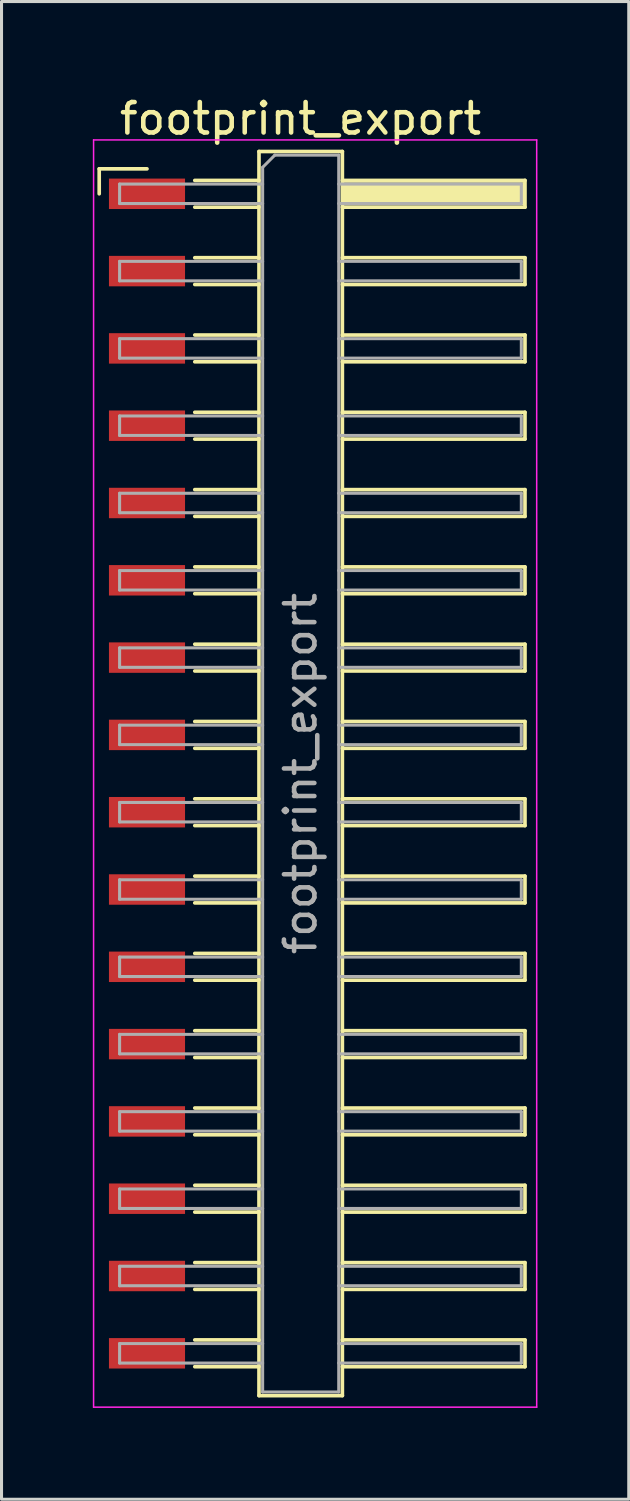
<source format=kicad_pcb>
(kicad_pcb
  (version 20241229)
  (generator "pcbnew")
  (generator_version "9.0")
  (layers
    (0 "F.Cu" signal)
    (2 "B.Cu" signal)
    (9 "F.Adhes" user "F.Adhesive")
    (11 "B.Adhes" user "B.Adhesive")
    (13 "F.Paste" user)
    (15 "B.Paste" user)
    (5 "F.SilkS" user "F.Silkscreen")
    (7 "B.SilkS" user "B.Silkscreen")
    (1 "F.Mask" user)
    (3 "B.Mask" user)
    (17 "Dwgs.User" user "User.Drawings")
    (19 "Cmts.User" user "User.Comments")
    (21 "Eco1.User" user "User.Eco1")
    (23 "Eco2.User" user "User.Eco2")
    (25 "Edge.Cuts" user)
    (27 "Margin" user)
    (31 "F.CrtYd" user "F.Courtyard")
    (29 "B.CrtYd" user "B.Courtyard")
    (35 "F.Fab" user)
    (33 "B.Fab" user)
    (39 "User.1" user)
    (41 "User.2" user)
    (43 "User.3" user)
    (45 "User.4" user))
  (footprint "footprint_export"
    (layer "F.Cu")
    (at 7.305 22.368)
    (property "Reference" "footprint_export" (at -0.48 -21.52 0) (layer "F.SilkS") (effects (font (size 1 1) (thickness 0.15))))
    (attr smd)
    (fp_line (start -7.095 -19.87) (end -5.525 -19.87) (stroke (width 0.12) (type solid)) (layer "F.SilkS"))
    (fp_line (start -7.095 -19.05) (end -7.095 -19.87) (stroke (width 0.12) (type solid)) (layer "F.SilkS"))
    (fp_line (start -3.955 -19.49) (end -1.845 -19.49) (stroke (width 0.12) (type solid)) (layer "F.SilkS"))
    (fp_line (start -3.955 -18.61) (end -1.845 -18.61) (stroke (width 0.12) (type solid)) (layer "F.SilkS"))
    (fp_line (start -3.955 -16.95) (end -1.845 -16.95) (stroke (width 0.12) (type solid)) (layer "F.SilkS"))
    (fp_line (start -3.955 -16.07) (end -1.845 -16.07) (stroke (width 0.12) (type solid)) (layer "F.SilkS"))
    (fp_line (start -3.955 -14.41) (end -1.845 -14.41) (stroke (width 0.12) (type solid)) (layer "F.SilkS"))
    (fp_line (start -3.955 -13.53) (end -1.845 -13.53) (stroke (width 0.12) (type solid)) (layer "F.SilkS"))
    (fp_line (start -3.955 -11.87) (end -1.845 -11.87) (stroke (width 0.12) (type solid)) (layer "F.SilkS"))
    (fp_line (start -3.955 -10.99) (end -1.845 -10.99) (stroke (width 0.12) (type solid)) (layer "F.SilkS"))
    (fp_line (start -3.955 -9.33) (end -1.845 -9.33) (stroke (width 0.12) (type solid)) (layer "F.SilkS"))
    (fp_line (start -3.955 -8.45) (end -1.845 -8.45) (stroke (width 0.12) (type solid)) (layer "F.SilkS"))
    (fp_line (start -3.955 -6.79) (end -1.845 -6.79) (stroke (width 0.12) (type solid)) (layer "F.SilkS"))
    (fp_line (start -3.955 -5.91) (end -1.845 -5.91) (stroke (width 0.12) (type solid)) (layer "F.SilkS"))
    (fp_line (start -3.955 -4.25) (end -1.845 -4.25) (stroke (width 0.12) (type solid)) (layer "F.SilkS"))
    (fp_line (start -3.955 -3.37) (end -1.845 -3.37) (stroke (width 0.12) (type solid)) (layer "F.SilkS"))
    (fp_line (start -3.955 -1.71) (end -1.845 -1.71) (stroke (width 0.12) (type solid)) (layer "F.SilkS"))
    (fp_line (start -3.955 -0.83) (end -1.845 -0.83) (stroke (width 0.12) (type solid)) (layer "F.SilkS"))
    (fp_line (start -3.955 0.83) (end -1.845 0.83) (stroke (width 0.12) (type solid)) (layer "F.SilkS"))
    (fp_line (start -3.955 1.71) (end -1.845 1.71) (stroke (width 0.12) (type solid)) (layer "F.SilkS"))
    (fp_line (start -3.955 3.37) (end -1.845 3.37) (stroke (width 0.12) (type solid)) (layer "F.SilkS"))
    (fp_line (start -3.955 4.25) (end -1.845 4.25) (stroke (width 0.12) (type solid)) (layer "F.SilkS"))
    (fp_line (start -3.955 5.91) (end -1.845 5.91) (stroke (width 0.12) (type solid)) (layer "F.SilkS"))
    (fp_line (start -3.955 6.79) (end -1.845 6.79) (stroke (width 0.12) (type solid)) (layer "F.SilkS"))
    (fp_line (start -3.955 8.45) (end -1.845 8.45) (stroke (width 0.12) (type solid)) (layer "F.SilkS"))
    (fp_line (start -3.955 9.33) (end -1.845 9.33) (stroke (width 0.12) (type solid)) (layer "F.SilkS"))
    (fp_line (start -3.955 10.99) (end -1.845 10.99) (stroke (width 0.12) (type solid)) (layer "F.SilkS"))
    (fp_line (start -3.955 11.87) (end -1.845 11.87) (stroke (width 0.12) (type solid)) (layer "F.SilkS"))
    (fp_line (start -3.955 13.53) (end -1.845 13.53) (stroke (width 0.12) (type solid)) (layer "F.SilkS"))
    (fp_line (start -3.955 14.41) (end -1.845 14.41) (stroke (width 0.12) (type solid)) (layer "F.SilkS"))
    (fp_line (start -3.955 16.07) (end -1.845 16.07) (stroke (width 0.12) (type solid)) (layer "F.SilkS"))
    (fp_line (start -3.955 16.95) (end -1.845 16.95) (stroke (width 0.12) (type solid)) (layer "F.SilkS"))
    (fp_line (start -3.955 18.61) (end -1.845 18.61) (stroke (width 0.12) (type solid)) (layer "F.SilkS"))
    (fp_line (start -3.955 19.49) (end -1.845 19.49) (stroke (width 0.12) (type solid)) (layer "F.SilkS"))
    (fp_line (start -1.845 -20.44) (end 0.895 -20.44) (stroke (width 0.12) (type solid)) (layer "F.SilkS"))
    (fp_line (start -1.845 20.44) (end -1.845 -20.44) (stroke (width 0.12) (type solid)) (layer "F.SilkS"))
    (fp_line (start 0.895 -20.44) (end 0.895 20.44) (stroke (width 0.12) (type solid)) (layer "F.SilkS"))
    (fp_line (start 0.895 -19.49) (end 6.895 -19.49) (stroke (width 0.12) (type solid)) (layer "F.SilkS"))
    (fp_line (start 0.895 -16.95) (end 6.895 -16.95) (stroke (width 0.12) (type solid)) (layer "F.SilkS"))
    (fp_line (start 0.895 -14.41) (end 6.895 -14.41) (stroke (width 0.12) (type solid)) (layer "F.SilkS"))
    (fp_line (start 0.895 -11.87) (end 6.895 -11.87) (stroke (width 0.12) (type solid)) (layer "F.SilkS"))
    (fp_line (start 0.895 -9.33) (end 6.895 -9.33) (stroke (width 0.12) (type solid)) (layer "F.SilkS"))
    (fp_line (start 0.895 -6.79) (end 6.895 -6.79) (stroke (width 0.12) (type solid)) (layer "F.SilkS"))
    (fp_line (start 0.895 -4.25) (end 6.895 -4.25) (stroke (width 0.12) (type solid)) (layer "F.SilkS"))
    (fp_line (start 0.895 -1.71) (end 6.895 -1.71) (stroke (width 0.12) (type solid)) (layer "F.SilkS"))
    (fp_line (start 0.895 0.83) (end 6.895 0.83) (stroke (width 0.12) (type solid)) (layer "F.SilkS"))
    (fp_line (start 0.895 3.37) (end 6.895 3.37) (stroke (width 0.12) (type solid)) (layer "F.SilkS"))
    (fp_line (start 0.895 5.91) (end 6.895 5.91) (stroke (width 0.12) (type solid)) (layer "F.SilkS"))
    (fp_line (start 0.895 8.45) (end 6.895 8.45) (stroke (width 0.12) (type solid)) (layer "F.SilkS"))
    (fp_line (start 0.895 10.99) (end 6.895 10.99) (stroke (width 0.12) (type solid)) (layer "F.SilkS"))
    (fp_line (start 0.895 13.53) (end 6.895 13.53) (stroke (width 0.12) (type solid)) (layer "F.SilkS"))
    (fp_line (start 0.895 16.07) (end 6.895 16.07) (stroke (width 0.12) (type solid)) (layer "F.SilkS"))
    (fp_line (start 0.895 18.61) (end 6.895 18.61) (stroke (width 0.12) (type solid)) (layer "F.SilkS"))
    (fp_line (start 0.895 20.44) (end -1.845 20.44) (stroke (width 0.12) (type solid)) (layer "F.SilkS"))
    (fp_line (start 6.895 -19.49) (end 6.895 -18.61) (stroke (width 0.12) (type solid)) (layer "F.SilkS"))
    (fp_line (start 6.895 -18.61) (end 0.895 -18.61) (stroke (width 0.12) (type solid)) (layer "F.SilkS"))
    (fp_line (start 6.895 -16.95) (end 6.895 -16.07) (stroke (width 0.12) (type solid)) (layer "F.SilkS"))
    (fp_line (start 6.895 -16.07) (end 0.895 -16.07) (stroke (width 0.12) (type solid)) (layer "F.SilkS"))
    (fp_line (start 6.895 -14.41) (end 6.895 -13.53) (stroke (width 0.12) (type solid)) (layer "F.SilkS"))
    (fp_line (start 6.895 -13.53) (end 0.895 -13.53) (stroke (width 0.12) (type solid)) (layer "F.SilkS"))
    (fp_line (start 6.895 -11.87) (end 6.895 -10.99) (stroke (width 0.12) (type solid)) (layer "F.SilkS"))
    (fp_line (start 6.895 -10.99) (end 0.895 -10.99) (stroke (width 0.12) (type solid)) (layer "F.SilkS"))
    (fp_line (start 6.895 -9.33) (end 6.895 -8.45) (stroke (width 0.12) (type solid)) (layer "F.SilkS"))
    (fp_line (start 6.895 -8.45) (end 0.895 -8.45) (stroke (width 0.12) (type solid)) (layer "F.SilkS"))
    (fp_line (start 6.895 -6.79) (end 6.895 -5.91) (stroke (width 0.12) (type solid)) (layer "F.SilkS"))
    (fp_line (start 6.895 -5.91) (end 0.895 -5.91) (stroke (width 0.12) (type solid)) (layer "F.SilkS"))
    (fp_line (start 6.895 -4.25) (end 6.895 -3.37) (stroke (width 0.12) (type solid)) (layer "F.SilkS"))
    (fp_line (start 6.895 -3.37) (end 0.895 -3.37) (stroke (width 0.12) (type solid)) (layer "F.SilkS"))
    (fp_line (start 6.895 -1.71) (end 6.895 -0.83) (stroke (width 0.12) (type solid)) (layer "F.SilkS"))
    (fp_line (start 6.895 -0.83) (end 0.895 -0.83) (stroke (width 0.12) (type solid)) (layer "F.SilkS"))
    (fp_line (start 6.895 0.83) (end 6.895 1.71) (stroke (width 0.12) (type solid)) (layer "F.SilkS"))
    (fp_line (start 6.895 1.71) (end 0.895 1.71) (stroke (width 0.12) (type solid)) (layer "F.SilkS"))
    (fp_line (start 6.895 3.37) (end 6.895 4.25) (stroke (width 0.12) (type solid)) (layer "F.SilkS"))
    (fp_line (start 6.895 4.25) (end 0.895 4.25) (stroke (width 0.12) (type solid)) (layer "F.SilkS"))
    (fp_line (start 6.895 5.91) (end 6.895 6.79) (stroke (width 0.12) (type solid)) (layer "F.SilkS"))
    (fp_line (start 6.895 6.79) (end 0.895 6.79) (stroke (width 0.12) (type solid)) (layer "F.SilkS"))
    (fp_line (start 6.895 8.45) (end 6.895 9.33) (stroke (width 0.12) (type solid)) (layer "F.SilkS"))
    (fp_line (start 6.895 9.33) (end 0.895 9.33) (stroke (width 0.12) (type solid)) (layer "F.SilkS"))
    (fp_line (start 6.895 10.99) (end 6.895 11.87) (stroke (width 0.12) (type solid)) (layer "F.SilkS"))
    (fp_line (start 6.895 11.87) (end 0.895 11.87) (stroke (width 0.12) (type solid)) (layer "F.SilkS"))
    (fp_line (start 6.895 13.53) (end 6.895 14.41) (stroke (width 0.12) (type solid)) (layer "F.SilkS"))
    (fp_line (start 6.895 14.41) (end 0.895 14.41) (stroke (width 0.12) (type solid)) (layer "F.SilkS"))
    (fp_line (start 6.895 16.07) (end 6.895 16.95) (stroke (width 0.12) (type solid)) (layer "F.SilkS"))
    (fp_line (start 6.895 16.95) (end 0.895 16.95) (stroke (width 0.12) (type solid)) (layer "F.SilkS"))
    (fp_line (start 6.895 18.61) (end 6.895 19.49) (stroke (width 0.12) (type solid)) (layer "F.SilkS"))
    (fp_line (start 6.895 19.49) (end 0.895 19.49) (stroke (width 0.12) (type solid)) (layer "F.SilkS"))
    (fp_line (start -7.28 -20.82) (end 7.28 -20.82) (stroke (width 0.05) (type solid)) (layer "F.CrtYd"))
    (fp_line (start -7.28 20.82) (end -7.28 -20.82) (stroke (width 0.05) (type solid)) (layer "F.CrtYd"))
    (fp_line (start 7.28 -20.82) (end 7.28 20.82) (stroke (width 0.05) (type solid)) (layer "F.CrtYd"))
    (fp_line (start 7.28 20.82) (end -7.28 20.82) (stroke (width 0.05) (type solid)) (layer "F.CrtYd"))
    (fp_line (start -6.425 -19.37) (end -6.425 -18.73) (stroke (width 0.1) (type solid)) (layer "F.Fab"))
    (fp_line (start -6.425 -18.73) (end -1.725 -18.73) (stroke (width 0.1) (type solid)) (layer "F.Fab"))
    (fp_line (start -6.425 -16.83) (end -6.425 -16.19) (stroke (width 0.1) (type solid)) (layer "F.Fab"))
    (fp_line (start -6.425 -16.19) (end -1.725 -16.19) (stroke (width 0.1) (type solid)) (layer "F.Fab"))
    (fp_line (start -6.425 -14.29) (end -6.425 -13.65) (stroke (width 0.1) (type solid)) (layer "F.Fab"))
    (fp_line (start -6.425 -13.65) (end -1.725 -13.65) (stroke (width 0.1) (type solid)) (layer "F.Fab"))
    (fp_line (start -6.425 -11.75) (end -6.425 -11.11) (stroke (width 0.1) (type solid)) (layer "F.Fab"))
    (fp_line (start -6.425 -11.11) (end -1.725 -11.11) (stroke (width 0.1) (type solid)) (layer "F.Fab"))
    (fp_line (start -6.425 -9.21) (end -6.425 -8.57) (stroke (width 0.1) (type solid)) (layer "F.Fab"))
    (fp_line (start -6.425 -8.57) (end -1.725 -8.57) (stroke (width 0.1) (type solid)) (layer "F.Fab"))
    (fp_line (start -6.425 -6.67) (end -6.425 -6.03) (stroke (width 0.1) (type solid)) (layer "F.Fab"))
    (fp_line (start -6.425 -6.03) (end -1.725 -6.03) (stroke (width 0.1) (type solid)) (layer "F.Fab"))
    (fp_line (start -6.425 -4.13) (end -6.425 -3.49) (stroke (width 0.1) (type solid)) (layer "F.Fab"))
    (fp_line (start -6.425 -3.49) (end -1.725 -3.49) (stroke (width 0.1) (type solid)) (layer "F.Fab"))
    (fp_line (start -6.425 -1.59) (end -6.425 -0.95) (stroke (width 0.1) (type solid)) (layer "F.Fab"))
    (fp_line (start -6.425 -0.95) (end -1.725 -0.95) (stroke (width 0.1) (type solid)) (layer "F.Fab"))
    (fp_line (start -6.425 0.95) (end -6.425 1.59) (stroke (width 0.1) (type solid)) (layer "F.Fab"))
    (fp_line (start -6.425 1.59) (end -1.725 1.59) (stroke (width 0.1) (type solid)) (layer "F.Fab"))
    (fp_line (start -6.425 3.49) (end -6.425 4.13) (stroke (width 0.1) (type solid)) (layer "F.Fab"))
    (fp_line (start -6.425 4.13) (end -1.725 4.13) (stroke (width 0.1) (type solid)) (layer "F.Fab"))
    (fp_line (start -6.425 6.03) (end -6.425 6.67) (stroke (width 0.1) (type solid)) (layer "F.Fab"))
    (fp_line (start -6.425 6.67) (end -1.725 6.67) (stroke (width 0.1) (type solid)) (layer "F.Fab"))
    (fp_line (start -6.425 8.57) (end -6.425 9.21) (stroke (width 0.1) (type solid)) (layer "F.Fab"))
    (fp_line (start -6.425 9.21) (end -1.725 9.21) (stroke (width 0.1) (type solid)) (layer "F.Fab"))
    (fp_line (start -6.425 11.11) (end -6.425 11.75) (stroke (width 0.1) (type solid)) (layer "F.Fab"))
    (fp_line (start -6.425 11.75) (end -1.725 11.75) (stroke (width 0.1) (type solid)) (layer "F.Fab"))
    (fp_line (start -6.425 13.65) (end -6.425 14.29) (stroke (width 0.1) (type solid)) (layer "F.Fab"))
    (fp_line (start -6.425 14.29) (end -1.725 14.29) (stroke (width 0.1) (type solid)) (layer "F.Fab"))
    (fp_line (start -6.425 16.19) (end -6.425 16.83) (stroke (width 0.1) (type solid)) (layer "F.Fab"))
    (fp_line (start -6.425 16.83) (end -1.725 16.83) (stroke (width 0.1) (type solid)) (layer "F.Fab"))
    (fp_line (start -6.425 18.73) (end -6.425 19.37) (stroke (width 0.1) (type solid)) (layer "F.Fab"))
    (fp_line (start -6.425 19.37) (end -1.725 19.37) (stroke (width 0.1) (type solid)) (layer "F.Fab"))
    (fp_line (start -1.725 -19.92) (end -1.325 -20.32) (stroke (width 0.1) (type solid)) (layer "F.Fab"))
    (fp_line (start -1.725 -19.37) (end -6.425 -19.37) (stroke (width 0.1) (type solid)) (layer "F.Fab"))
    (fp_line (start -1.725 -16.83) (end -6.425 -16.83) (stroke (width 0.1) (type solid)) (layer "F.Fab"))
    (fp_line (start -1.725 -14.29) (end -6.425 -14.29) (stroke (width 0.1) (type solid)) (layer "F.Fab"))
    (fp_line (start -1.725 -11.75) (end -6.425 -11.75) (stroke (width 0.1) (type solid)) (layer "F.Fab"))
    (fp_line (start -1.725 -9.21) (end -6.425 -9.21) (stroke (width 0.1) (type solid)) (layer "F.Fab"))
    (fp_line (start -1.725 -6.67) (end -6.425 -6.67) (stroke (width 0.1) (type solid)) (layer "F.Fab"))
    (fp_line (start -1.725 -4.13) (end -6.425 -4.13) (stroke (width 0.1) (type solid)) (layer "F.Fab"))
    (fp_line (start -1.725 -1.59) (end -6.425 -1.59) (stroke (width 0.1) (type solid)) (layer "F.Fab"))
    (fp_line (start -1.725 0.95) (end -6.425 0.95) (stroke (width 0.1) (type solid)) (layer "F.Fab"))
    (fp_line (start -1.725 3.49) (end -6.425 3.49) (stroke (width 0.1) (type solid)) (layer "F.Fab"))
    (fp_line (start -1.725 6.03) (end -6.425 6.03) (stroke (width 0.1) (type solid)) (layer "F.Fab"))
    (fp_line (start -1.725 8.57) (end -6.425 8.57) (stroke (width 0.1) (type solid)) (layer "F.Fab"))
    (fp_line (start -1.725 11.11) (end -6.425 11.11) (stroke (width 0.1) (type solid)) (layer "F.Fab"))
    (fp_line (start -1.725 13.65) (end -6.425 13.65) (stroke (width 0.1) (type solid)) (layer "F.Fab"))
    (fp_line (start -1.725 16.19) (end -6.425 16.19) (stroke (width 0.1) (type solid)) (layer "F.Fab"))
    (fp_line (start -1.725 18.73) (end -6.425 18.73) (stroke (width 0.1) (type solid)) (layer "F.Fab"))
    (fp_line (start -1.725 20.32) (end -1.725 -19.92) (stroke (width 0.1) (type solid)) (layer "F.Fab"))
    (fp_line (start -1.325 -20.32) (end 0.775 -20.32) (stroke (width 0.1) (type solid)) (layer "F.Fab"))
    (fp_line (start 0.775 -20.32) (end 0.775 20.32) (stroke (width 0.1) (type solid)) (layer "F.Fab"))
    (fp_line (start 0.775 -19.37) (end 6.775 -19.37) (stroke (width 0.1) (type solid)) (layer "F.Fab"))
    (fp_line (start 0.775 -16.83) (end 6.775 -16.83) (stroke (width 0.1) (type solid)) (layer "F.Fab"))
    (fp_line (start 0.775 -14.29) (end 6.775 -14.29) (stroke (width 0.1) (type solid)) (layer "F.Fab"))
    (fp_line (start 0.775 -11.75) (end 6.775 -11.75) (stroke (width 0.1) (type solid)) (layer "F.Fab"))
    (fp_line (start 0.775 -9.21) (end 6.775 -9.21) (stroke (width 0.1) (type solid)) (layer "F.Fab"))
    (fp_line (start 0.775 -6.67) (end 6.775 -6.67) (stroke (width 0.1) (type solid)) (layer "F.Fab"))
    (fp_line (start 0.775 -4.13) (end 6.775 -4.13) (stroke (width 0.1) (type solid)) (layer "F.Fab"))
    (fp_line (start 0.775 -1.59) (end 6.775 -1.59) (stroke (width 0.1) (type solid)) (layer "F.Fab"))
    (fp_line (start 0.775 0.95) (end 6.775 0.95) (stroke (width 0.1) (type solid)) (layer "F.Fab"))
    (fp_line (start 0.775 3.49) (end 6.775 3.49) (stroke (width 0.1) (type solid)) (layer "F.Fab"))
    (fp_line (start 0.775 6.03) (end 6.775 6.03) (stroke (width 0.1) (type solid)) (layer "F.Fab"))
    (fp_line (start 0.775 8.57) (end 6.775 8.57) (stroke (width 0.1) (type solid)) (layer "F.Fab"))
    (fp_line (start 0.775 11.11) (end 6.775 11.11) (stroke (width 0.1) (type solid)) (layer "F.Fab"))
    (fp_line (start 0.775 13.65) (end 6.775 13.65) (stroke (width 0.1) (type solid)) (layer "F.Fab"))
    (fp_line (start 0.775 16.19) (end 6.775 16.19) (stroke (width 0.1) (type solid)) (layer "F.Fab"))
    (fp_line (start 0.775 18.73) (end 6.775 18.73) (stroke (width 0.1) (type solid)) (layer "F.Fab"))
    (fp_line (start 0.775 20.32) (end -1.725 20.32) (stroke (width 0.1) (type solid)) (layer "F.Fab"))
    (fp_line (start 6.775 -19.37) (end 6.775 -18.73) (stroke (width 0.1) (type solid)) (layer "F.Fab"))
    (fp_line (start 6.775 -18.73) (end 0.775 -18.73) (stroke (width 0.1) (type solid)) (layer "F.Fab"))
    (fp_line (start 6.775 -16.83) (end 6.775 -16.19) (stroke (width 0.1) (type solid)) (layer "F.Fab"))
    (fp_line (start 6.775 -16.19) (end 0.775 -16.19) (stroke (width 0.1) (type solid)) (layer "F.Fab"))
    (fp_line (start 6.775 -14.29) (end 6.775 -13.65) (stroke (width 0.1) (type solid)) (layer "F.Fab"))
    (fp_line (start 6.775 -13.65) (end 0.775 -13.65) (stroke (width 0.1) (type solid)) (layer "F.Fab"))
    (fp_line (start 6.775 -11.75) (end 6.775 -11.11) (stroke (width 0.1) (type solid)) (layer "F.Fab"))
    (fp_line (start 6.775 -11.11) (end 0.775 -11.11) (stroke (width 0.1) (type solid)) (layer "F.Fab"))
    (fp_line (start 6.775 -9.21) (end 6.775 -8.57) (stroke (width 0.1) (type solid)) (layer "F.Fab"))
    (fp_line (start 6.775 -8.57) (end 0.775 -8.57) (stroke (width 0.1) (type solid)) (layer "F.Fab"))
    (fp_line (start 6.775 -6.67) (end 6.775 -6.03) (stroke (width 0.1) (type solid)) (layer "F.Fab"))
    (fp_line (start 6.775 -6.03) (end 0.775 -6.03) (stroke (width 0.1) (type solid)) (layer "F.Fab"))
    (fp_line (start 6.775 -4.13) (end 6.775 -3.49) (stroke (width 0.1) (type solid)) (layer "F.Fab"))
    (fp_line (start 6.775 -3.49) (end 0.775 -3.49) (stroke (width 0.1) (type solid)) (layer "F.Fab"))
    (fp_line (start 6.775 -1.59) (end 6.775 -0.95) (stroke (width 0.1) (type solid)) (layer "F.Fab"))
    (fp_line (start 6.775 -0.95) (end 0.775 -0.95) (stroke (width 0.1) (type solid)) (layer "F.Fab"))
    (fp_line (start 6.775 0.95) (end 6.775 1.59) (stroke (width 0.1) (type solid)) (layer "F.Fab"))
    (fp_line (start 6.775 1.59) (end 0.775 1.59) (stroke (width 0.1) (type solid)) (layer "F.Fab"))
    (fp_line (start 6.775 3.49) (end 6.775 4.13) (stroke (width 0.1) (type solid)) (layer "F.Fab"))
    (fp_line (start 6.775 4.13) (end 0.775 4.13) (stroke (width 0.1) (type solid)) (layer "F.Fab"))
    (fp_line (start 6.775 6.03) (end 6.775 6.67) (stroke (width 0.1) (type solid)) (layer "F.Fab"))
    (fp_line (start 6.775 6.67) (end 0.775 6.67) (stroke (width 0.1) (type solid)) (layer "F.Fab"))
    (fp_line (start 6.775 8.57) (end 6.775 9.21) (stroke (width 0.1) (type solid)) (layer "F.Fab"))
    (fp_line (start 6.775 9.21) (end 0.775 9.21) (stroke (width 0.1) (type solid)) (layer "F.Fab"))
    (fp_line (start 6.775 11.11) (end 6.775 11.75) (stroke (width 0.1) (type solid)) (layer "F.Fab"))
    (fp_line (start 6.775 11.75) (end 0.775 11.75) (stroke (width 0.1) (type solid)) (layer "F.Fab"))
    (fp_line (start 6.775 13.65) (end 6.775 14.29) (stroke (width 0.1) (type solid)) (layer "F.Fab"))
    (fp_line (start 6.775 14.29) (end 0.775 14.29) (stroke (width 0.1) (type solid)) (layer "F.Fab"))
    (fp_line (start 6.775 16.19) (end 6.775 16.83) (stroke (width 0.1) (type solid)) (layer "F.Fab"))
    (fp_line (start 6.775 16.83) (end 0.775 16.83) (stroke (width 0.1) (type solid)) (layer "F.Fab"))
    (fp_line (start 6.775 18.73) (end 6.775 19.37) (stroke (width 0.1) (type solid)) (layer "F.Fab"))
    (fp_line (start 6.775 19.37) (end 0.775 19.37) (stroke (width 0.1) (type solid)) (layer "F.Fab"))
    (fp_text user "${REFERENCE}" (at -0.48 0 90) (layer "F.Fab") (effects (font (size 1 1) (thickness 0.15))))
    (pad "" smd rect (at 3.895 -19.05) (size 6 0.76) (layers "F.SilkS"))
    (pad "1" smd rect (at -5.525 -19.05) (size 2.5 1) (layers "F.Cu" "F.Mask" "F.Paste"))
    (pad "2" smd rect (at -5.525 -16.51) (size 2.5 1) (layers "F.Cu" "F.Mask" "F.Paste"))
    (pad "3" smd rect (at -5.525 -13.97) (size 2.5 1) (layers "F.Cu" "F.Mask" "F.Paste"))
    (pad "4" smd rect (at -5.525 -11.43) (size 2.5 1) (layers "F.Cu" "F.Mask" "F.Paste"))
    (pad "5" smd rect (at -5.525 -8.89) (size 2.5 1) (layers "F.Cu" "F.Mask" "F.Paste"))
    (pad "6" smd rect (at -5.525 -6.35) (size 2.5 1) (layers "F.Cu" "F.Mask" "F.Paste"))
    (pad "7" smd rect (at -5.525 -3.81) (size 2.5 1) (layers "F.Cu" "F.Mask" "F.Paste"))
    (pad "8" smd rect (at -5.525 -1.27) (size 2.5 1) (layers "F.Cu" "F.Mask" "F.Paste"))
    (pad "9" smd rect (at -5.525 1.27) (size 2.5 1) (layers "F.Cu" "F.Mask" "F.Paste"))
    (pad "10" smd rect (at -5.525 3.81) (size 2.5 1) (layers "F.Cu" "F.Mask" "F.Paste"))
    (pad "11" smd rect (at -5.525 6.35) (size 2.5 1) (layers "F.Cu" "F.Mask" "F.Paste"))
    (pad "12" smd rect (at -5.525 8.89) (size 2.5 1) (layers "F.Cu" "F.Mask" "F.Paste"))
    (pad "13" smd rect (at -5.525 11.43) (size 2.5 1) (layers "F.Cu" "F.Mask" "F.Paste"))
    (pad "14" smd rect (at -5.525 13.97) (size 2.5 1) (layers "F.Cu" "F.Mask" "F.Paste"))
    (pad "15" smd rect (at -5.525 16.51) (size 2.5 1) (layers "F.Cu" "F.Mask" "F.Paste"))
    (pad "16" smd rect (at -5.525 19.05) (size 2.5 1) (layers "F.Cu" "F.Mask" "F.Paste")))
  (gr_rect
    (start -3 -3)
    (end 17.61 46.213)
    (stroke (width 0.1) (type default))
    (fill no)
    (layer "Edge.Cuts")))
</source>
